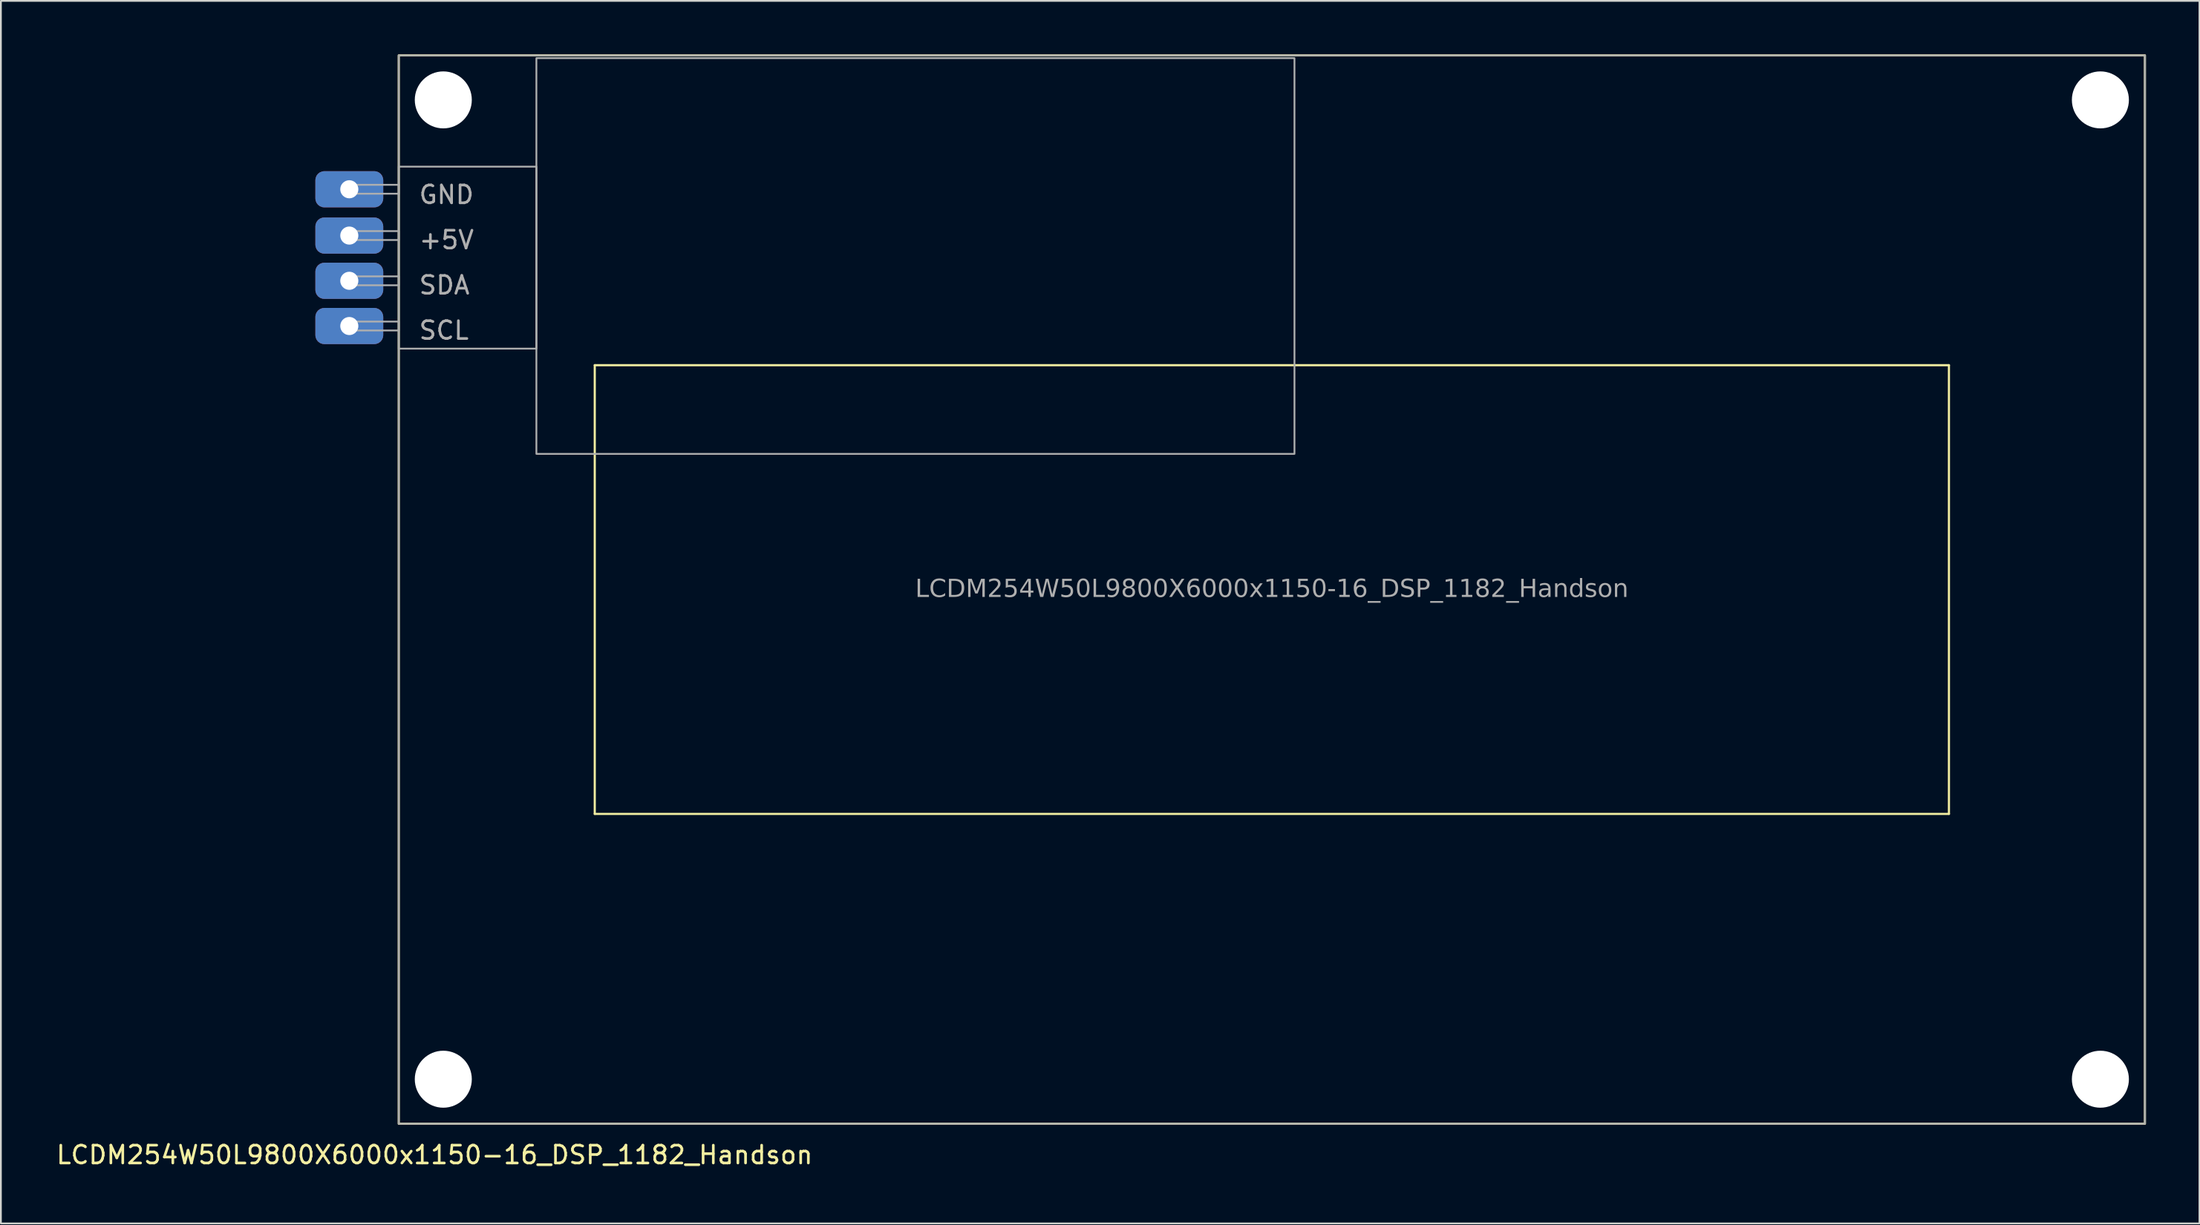
<source format=kicad_pcb>
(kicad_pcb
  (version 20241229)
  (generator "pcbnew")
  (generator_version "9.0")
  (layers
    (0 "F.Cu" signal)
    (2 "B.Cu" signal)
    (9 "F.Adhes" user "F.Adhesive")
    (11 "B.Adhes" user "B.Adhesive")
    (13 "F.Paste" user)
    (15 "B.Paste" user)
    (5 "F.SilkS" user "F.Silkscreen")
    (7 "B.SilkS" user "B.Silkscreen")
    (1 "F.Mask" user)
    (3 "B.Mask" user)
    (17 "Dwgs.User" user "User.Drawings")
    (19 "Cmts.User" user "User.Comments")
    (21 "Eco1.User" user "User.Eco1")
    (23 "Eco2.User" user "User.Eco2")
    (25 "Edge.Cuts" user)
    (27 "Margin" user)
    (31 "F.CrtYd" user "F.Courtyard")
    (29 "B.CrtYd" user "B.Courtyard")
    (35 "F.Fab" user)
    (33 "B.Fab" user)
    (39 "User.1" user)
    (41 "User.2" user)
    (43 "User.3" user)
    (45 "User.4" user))
  (footprint "LCDM254W50L9800X6000x1150-16_DSP_1182_Handson"
    (layer "F.Cu")
    (at 68.329 30.06)
    (property "Reference" "LCDM254W50L9800X6000x1150-16_DSP_1182_Handson" (at -46.99 31.75 0) (layer "F.SilkS") (effects (font (size 1 1) (thickness 0.15))))
    (attr through_hole allow_missing_courtyard)
    (fp_line (start -38 -12.6) (end -38 12.6) (stroke (width 0.12) (type default)) (layer "F.SilkS"))
    (fp_line (start -38 12.6) (end 38 12.6) (stroke (width 0.12) (type default)) (layer "F.SilkS"))
    (fp_line (start 38 -12.6) (end -38 -12.6) (stroke (width 0.12) (type default)) (layer "F.SilkS"))
    (fp_line (start 38 12.6) (end 38 -12.6) (stroke (width 0.12) (type default)) (layer "F.SilkS"))
    (fp_rect (start -49 -30) (end 49 30) (stroke (width 0.12) (type default)) (fill no) (layer "F.SilkS"))
    (fp_rect (start -51.775 -22.73) (end -49 -22.23) (stroke (width 0.1) (type default)) (fill no) (layer "F.Fab"))
    (fp_rect (start -51.775 -20.13) (end -49 -19.63) (stroke (width 0.1) (type default)) (fill no) (layer "F.Fab"))
    (fp_rect (start -51.775 -17.59) (end -49 -17.09) (stroke (width 0.1) (type default)) (fill no) (layer "F.Fab"))
    (fp_rect (start -51.775 -15.05) (end -49 -14.55) (stroke (width 0.1) (type default)) (fill no) (layer "F.Fab"))
    (fp_rect (start -49 -23.75) (end -41.275 -13.53) (stroke (width 0.1) (type default)) (fill no) (layer "F.Fab"))
    (fp_rect (start -49 30) (end 49 -30) (stroke (width 0.1) (type default)) (fill no) (layer "F.Fab"))
    (fp_rect (start -41.275 -29.845) (end 1.27 -7.62) (stroke (width 0.1) (type default)) (fill no) (layer "F.Fab"))
    (fp_text user "SCL" (at -47.943 -13.97 0) (unlocked yes) (layer "F.Fab") (effects (font (size 1 1) (thickness 0.15)) (justify left bottom)))
    (fp_text user "GND" (at -47.943 -21.59 0) (unlocked yes) (layer "F.Fab") (effects (font (size 1 1) (thickness 0.15)) (justify left bottom)))
    (fp_text user "SDA" (at -47.943 -16.51 0) (unlocked yes) (layer "F.Fab") (effects (font (size 1 1) (thickness 0.15)) (justify left bottom)))
    (fp_text user "${REFERENCE}" (at 0 0 0) (layer "F.Fab") (effects (font (face "Tahoma") (size 1 1) (thickness 0.15))))
    (fp_text user "+5V" (at -47.943 -19.05 0) (unlocked yes) (layer "F.Fab") (effects (font (size 1 1) (thickness 0.15)) (justify left bottom)))
    (pad "" np_thru_hole circle (at -46.5 -27.5) (size 3.2 3.2) (drill 3.2) (layers "*.Cu" "*.Mask"))
    (pad "" np_thru_hole circle (at -46.5 27.5) (size 3.2 3.2) (drill 3.2) (layers "*.Cu" "*.Mask"))
    (pad "" np_thru_hole circle (at 46.5 -27.5) (size 3.2 3.2) (drill 3.2) (layers "*.Cu" "*.Mask"))
    (pad "" np_thru_hole circle (at 46.5 27.5) (size 3.2 3.2) (drill 3.2) (layers "*.Cu" "*.Mask"))
    (pad "1" thru_hole roundrect (at -51.775 -22.48) (size 3.81 2.032) (drill 1.016) (layers "*.Cu" "*.Mask") (roundrect_rratio 0.246))
    (pad "2" thru_hole roundrect (at -51.775 -19.88) (size 3.81 2.032) (drill 1.016) (layers "*.Cu" "*.Mask") (roundrect_rratio 0.246))
    (pad "3" thru_hole roundrect (at -51.775 -17.34) (size 3.81 2.032) (drill 1.016) (layers "*.Cu" "*.Mask") (roundrect_rratio 0.246))
    (pad "4" thru_hole roundrect (at -51.775 -14.8) (size 3.81 2.032) (drill 1.016) (layers "*.Cu" "*.Mask") (roundrect_rratio 0.246)))
  (gr_rect
    (start -3 -3)
    (end 120.389 65.658)
    (stroke (width 0.1) (type default))
    (fill no)
    (layer "Edge.Cuts")))
</source>
